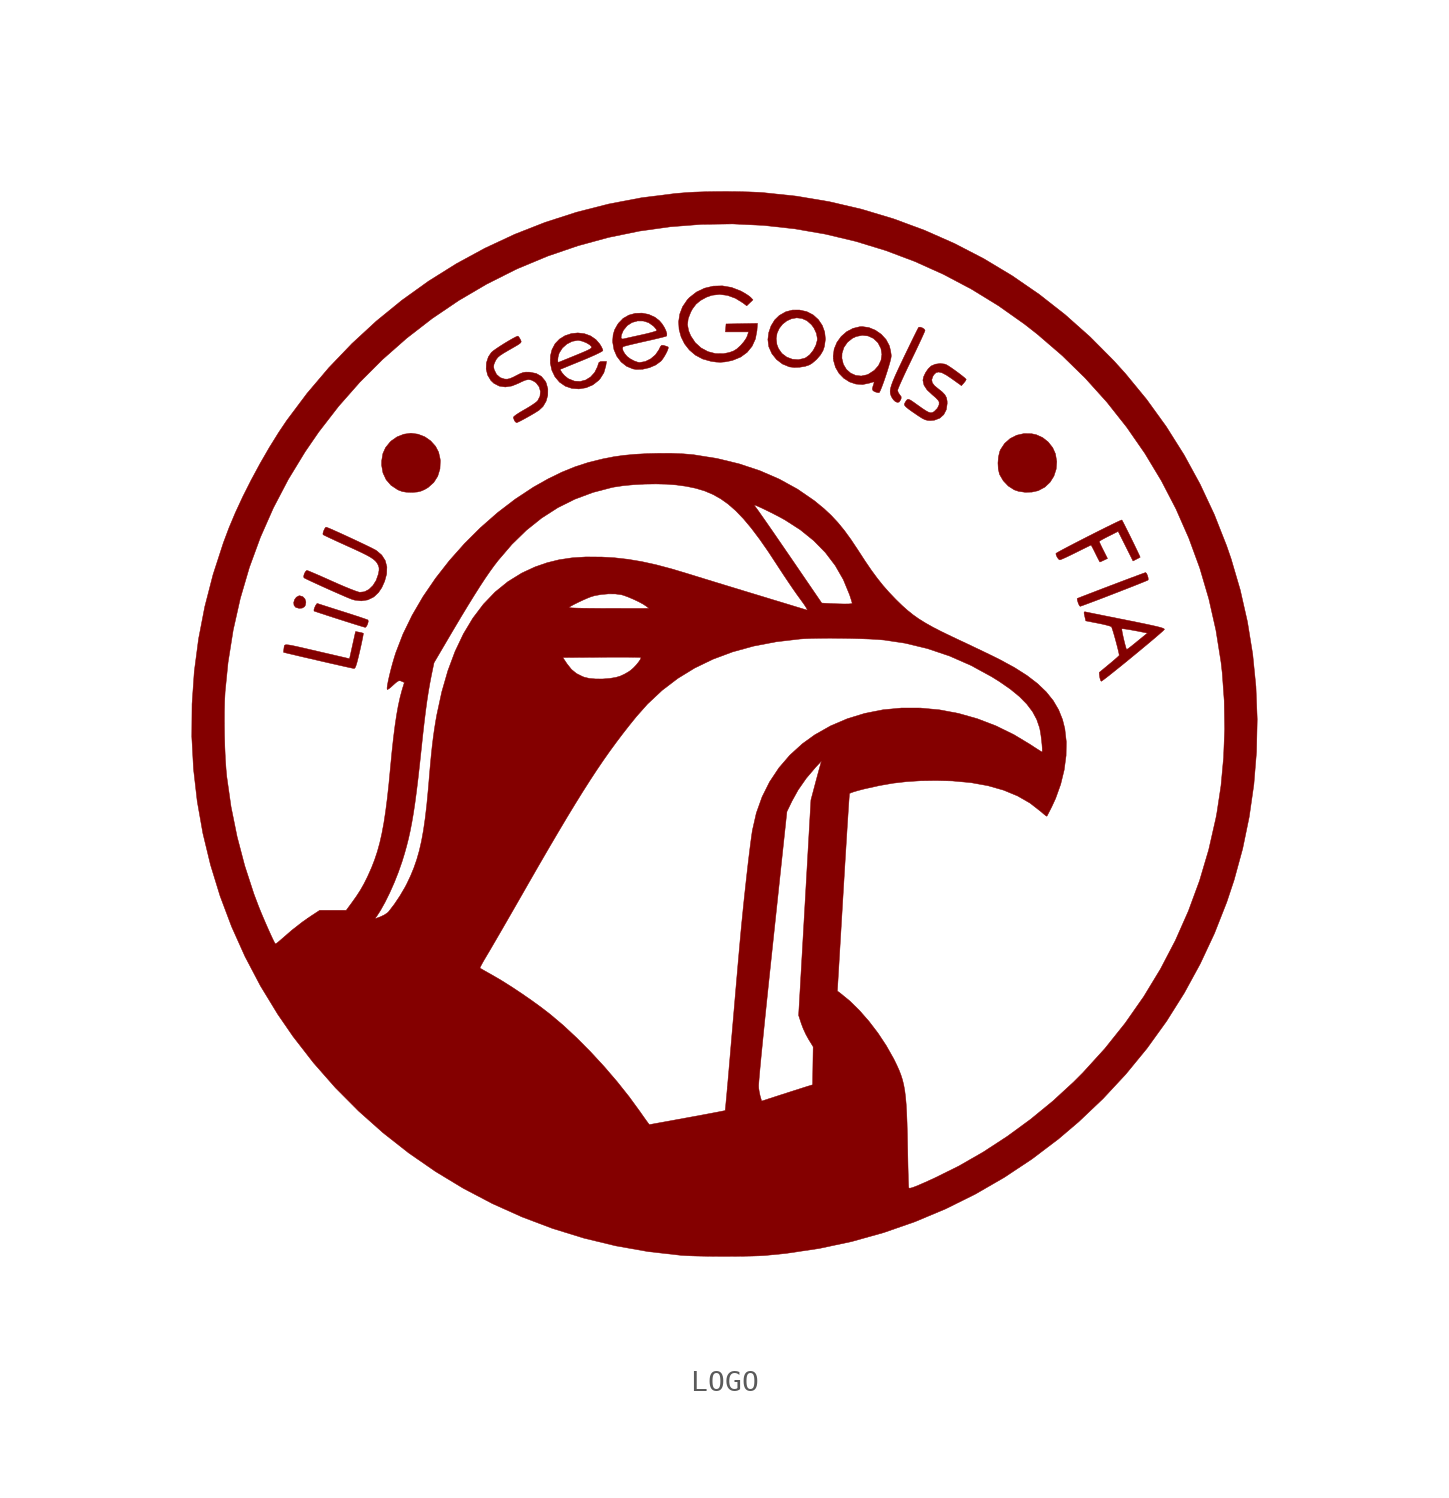
<source format=kicad_sym>
(kicad_symbol_lib
  (version 20220914)
  (generator "bitmap2component")
  (generator_version "8.0")
  (symbol "LOGO"
    (pin_names
      (offset 1.016))
    (property "Reference" "#G"
      (at 0 24.369 0)
      (effects (font (size 1.27 1.27)) hide))
    (symbol "LOGO_0_0"
      (polyline (pts (xy 0.444 -24.994) (xy 0.891 -24.99) (xy 1.298 -24.981) (xy 1.644 -24.969) (xy 1.911 -24.954) (xy 2.89 -24.857) (xy 4.447 -24.625) (xy 5.977 -24.299) (xy 7.478 -23.879) (xy 8.945 -23.368) (xy 10.377 -22.767) (xy 11.769 -22.076) (xy 13.119 -21.297) (xy 14.422 -20.433) (xy 15.676 -19.483) (xy 16.62 -18.68) (xy 17.761 -17.597) (xy 18.828 -16.449) (xy 19.82 -15.239) (xy 20.734 -13.971) (xy 21.567 -12.647) (xy 22.318 -11.271) (xy 22.984 -9.847) (xy 23.562 -8.378) (xy 23.906 -7.342) (xy 24.307 -5.872) (xy 24.615 -4.376) (xy 24.832 -2.861) (xy 24.956 -1.333) (xy 24.989 0.2) (xy 24.929 1.732) (xy 24.777 3.258) (xy 24.532 4.768) (xy 24.195 6.258) (xy 23.766 7.721) (xy 23.552 8.342) (xy 22.976 9.805) (xy 22.311 11.225) (xy 21.56 12.6) (xy 20.725 13.925) (xy 19.807 15.196) (xy 18.811 16.409) (xy 18.264 17.014) (xy 17.155 18.131) (xy 15.986 19.171) (xy 14.763 20.13) (xy 13.487 21.008) (xy 12.162 21.804) (xy 10.791 22.514) (xy 9.379 23.138) (xy 7.928 23.674) (xy 6.442 24.12) (xy 4.925 24.475) (xy 3.378 24.736) (xy 1.807 24.902) (xy 1.589 24.916) (xy 1.147 24.935) (xy 0.646 24.947) (xy 0.115 24.952) (xy -0.423 24.95) (xy -0.94 24.941) (xy -1.41 24.925) (xy -1.807 24.902) (xy -2.334 24.857) (xy -3.897 24.66) (xy -5.431 24.368) (xy -6.935 23.984) (xy -8.405 23.51) (xy -9.838 22.948) (xy -11.23 22.299) (xy -12.579 21.566) (xy -13.881 20.75) (xy -15.133 19.852) (xy -16.332 18.875) (xy -17.476 17.82) (xy -18.559 16.69) (xy -19.581 15.486) (xy -20.537 14.21) (xy -20.914 13.649) (xy -21.35 12.947) (xy -21.784 12.195) (xy -22.203 11.418) (xy -22.595 10.64) (xy -22.945 9.885) (xy -23.242 9.178) (xy -23.506 8.475) (xy -23.989 6.987) (xy -24.377 5.482) (xy -24.67 3.965) (xy -24.87 2.441) (xy -24.975 0.912) (xy -24.982 0.02) (xy -23.46 0.02) (xy -23.458 0.565) (xy -23.446 1.062) (xy -23.424 1.485) (xy -23.287 2.857) (xy -23.045 4.381) (xy -22.711 5.869) (xy -22.286 7.32) (xy -21.768 8.734) (xy -21.16 10.111) (xy -20.46 11.449) (xy -19.668 12.749) (xy -19.033 13.673) (xy -18.105 14.873) (xy -17.105 16.009) (xy -16.036 17.077) (xy -14.903 18.075) (xy -13.71 18.998) (xy -12.461 19.843) (xy -11.16 20.607) (xy -9.812 21.285) (xy -9.67 21.35) (xy -8.283 21.927) (xy -6.872 22.409) (xy -5.442 22.799) (xy -3.996 23.096) (xy -2.54 23.3) (xy -1.079 23.413) (xy 0.385 23.434) (xy 1.844 23.364) (xy 3.296 23.204) (xy 4.736 22.954) (xy 6.158 22.615) (xy 7.559 22.187) (xy 8.933 21.67) (xy 10.277 21.065) (xy 11.585 20.373) (xy 12.854 19.594) (xy 14.078 18.729) (xy 14.681 18.256) (xy 15.84 17.258) (xy 16.925 16.197) (xy 17.935 15.076) (xy 18.867 13.898) (xy 19.72 12.668) (xy 20.491 11.388) (xy 21.179 10.062) (xy 21.781 8.694) (xy 22.296 7.288) (xy 22.72 5.846) (xy 23.053 4.373) (xy 23.292 2.872) (xy 23.349 2.369) (xy 23.442 1.068) (xy 23.463 -0.262) (xy 23.412 -1.598) (xy 23.291 -2.914) (xy 23.099 -4.184) (xy 23.052 -4.435) (xy 22.714 -5.922) (xy 22.283 -7.377) (xy 21.761 -8.796) (xy 21.15 -10.177) (xy 20.451 -11.516) (xy 19.666 -12.809) (xy 18.797 -14.052) (xy 17.846 -15.243) (xy 16.814 -16.378) (xy 16.382 -16.811) (xy 15.402 -17.712) (xy 14.358 -18.567) (xy 13.264 -19.367) (xy 12.137 -20.102) (xy 10.992 -20.759) (xy 9.842 -21.328) (xy 9.757 -21.367) (xy 9.412 -21.523) (xy 9.145 -21.64) (xy 8.947 -21.722) (xy 8.806 -21.773) (xy 8.715 -21.796) (xy 8.664 -21.795) (xy 8.643 -21.773) (xy 8.638 -21.726) (xy 8.632 -21.589) (xy 8.624 -21.375) (xy 8.617 -21.095) (xy 8.608 -20.761) (xy 8.601 -20.385) (xy 8.593 -19.978) (xy 8.591 -19.909) (xy 8.579 -19.276) (xy 8.564 -18.73) (xy 8.546 -18.261) (xy 8.523 -17.859) (xy 8.493 -17.514) (xy 8.455 -17.213) (xy 8.407 -16.948) (xy 8.348 -16.708) (xy 8.275 -16.481) (xy 8.189 -16.259) (xy 8.086 -16.03) (xy 7.966 -15.783) (xy 7.929 -15.711) (xy 7.593 -15.116) (xy 7.207 -14.532) (xy 6.783 -13.976) (xy 6.337 -13.466) (xy 5.882 -13.018) (xy 5.431 -12.65) (xy 5.295 -12.55) (xy 5.569 -7.946) (xy 5.577 -7.811) (xy 5.617 -7.15) (xy 5.655 -6.517) (xy 5.692 -5.921) (xy 5.726 -5.368) (xy 5.757 -4.865) (xy 5.786 -4.419) (xy 5.81 -4.037) (xy 5.831 -3.726) (xy 5.847 -3.493) (xy 5.858 -3.345) (xy 5.863 -3.289) (xy 5.867 -3.284) (xy 5.937 -3.249) (xy 6.081 -3.2) (xy 6.281 -3.142) (xy 6.519 -3.08) (xy 6.601 -3.06) (xy 7.283 -2.91) (xy 7.92 -2.8) (xy 8.55 -2.727) (xy 9.206 -2.686) (xy 9.923 -2.674) (xy 10.682 -2.694) (xy 11.561 -2.775) (xy 12.364 -2.92) (xy 13.093 -3.128) (xy 13.748 -3.399) (xy 14.332 -3.734) (xy 14.843 -4.133) (xy 14.858 -4.146) (xy 14.986 -4.256) (xy 15.08 -4.33) (xy 15.122 -4.351) (xy 15.137 -4.327) (xy 15.188 -4.229) (xy 15.267 -4.076) (xy 15.362 -3.887) (xy 15.535 -3.51) (xy 15.771 -2.851) (xy 15.935 -2.177) (xy 16.024 -1.506) (xy 16.034 -0.855) (xy 15.964 -0.241) (xy 15.857 0.184) (xy 15.673 0.643) (xy 15.42 1.074) (xy 15.091 1.483) (xy 14.683 1.873) (xy 14.19 2.251) (xy 13.608 2.621) (xy 12.931 2.989) (xy 12.73 3.09) (xy 12.44 3.232) (xy 12.099 3.397) (xy 11.725 3.575) (xy 11.341 3.758) (xy 10.964 3.934) (xy 10.658 4.079) (xy 10.18 4.31) (xy 9.773 4.519) (xy 9.424 4.715) (xy 9.119 4.905) (xy 8.845 5.099) (xy 8.587 5.306) (xy 8.333 5.533) (xy 8.068 5.79) (xy 8.006 5.853) (xy 7.711 6.163) (xy 7.436 6.476) (xy 7.169 6.81) (xy 6.896 7.181) (xy 6.605 7.607) (xy 6.282 8.104) (xy 6.272 8.12) (xy 5.935 8.627) (xy 5.619 9.061) (xy 5.311 9.436) (xy 4.998 9.771) (xy 4.664 10.082) (xy 4.207 10.456) (xy 3.424 10.994) (xy 2.573 11.462) (xy 1.659 11.858) (xy 0.684 12.181) (xy -0.348 12.431) (xy -1.436 12.605) (xy -1.458 12.608) (xy -1.932 12.649) (xy -2.471 12.671) (xy -3.049 12.673) (xy -3.638 12.658) (xy -4.211 12.626) (xy -4.74 12.576) (xy -5.199 12.511) (xy -5.723 12.408) (xy -6.389 12.243) (xy -7.013 12.04) (xy -7.627 11.79) (xy -8.261 11.481) (xy -8.961 11.087) (xy -9.816 10.523) (xy -10.646 9.888) (xy -11.443 9.189) (xy -12.199 8.436) (xy -12.906 7.639) (xy -13.556 6.807) (xy -14.141 5.95) (xy -14.651 5.076) (xy -15.08 4.195) (xy -15.419 3.316) (xy -15.484 3.111) (xy -15.568 2.826) (xy -15.646 2.536) (xy -15.715 2.257) (xy -15.771 2.008) (xy -15.81 1.803) (xy -15.828 1.659) (xy -15.82 1.594) (xy -15.797 1.596) (xy -15.717 1.646) (xy -15.608 1.739) (xy -15.464 1.871) (xy -15.354 1.961) (xy -15.277 2.002) (xy -15.211 2.004) (xy -15.138 1.977) (xy -15.016 1.921) (xy -15.103 1.641) (xy -15.125 1.567) (xy -15.216 1.227) (xy -15.301 0.842) (xy -15.38 0.402) (xy -15.455 -0.101) (xy -15.528 -0.676) (xy -15.599 -1.333) (xy -15.671 -2.08) (xy -15.74 -2.811) (xy -15.816 -3.505) (xy -15.895 -4.12) (xy -15.978 -4.668) (xy -16.07 -5.159) (xy -16.171 -5.604) (xy -16.284 -6.012) (xy -16.412 -6.396) (xy -16.555 -6.764) (xy -16.718 -7.13) (xy -16.748 -7.195) (xy -16.913 -7.524) (xy -17.078 -7.815) (xy -17.265 -8.104) (xy -17.497 -8.43) (xy -17.743 -8.764) (xy -18.366 -8.764) (xy -18.988 -8.764) (xy -19.399 -9.033) (xy -19.586 -9.163) (xy -16.398 -9.163) (xy -16.301 -9.025) (xy -16.137 -8.771) (xy -15.921 -8.384) (xy -15.702 -7.941) (xy -15.49 -7.463) (xy -15.296 -6.972) (xy -15.128 -6.49) (xy -15.122 -6.472) (xy -15.012 -6.116) (xy -14.914 -5.765) (xy -14.823 -5.407) (xy -14.74 -5.033) (xy -14.663 -4.633) (xy -14.588 -4.195) (xy -14.516 -3.711) (xy -14.444 -3.169) (xy -14.37 -2.559) (xy -14.293 -1.871) (xy -14.21 -1.094) (xy -14.158 -0.601) (xy -14.087 0.024) (xy -14.02 0.573) (xy -13.954 1.06) (xy -13.887 1.497) (xy -13.817 1.899) (xy -13.744 2.277) (xy -13.626 2.847) (xy -12.957 3.986) (xy -12.754 4.331) (xy -12.376 4.967) (xy -12.038 5.525) (xy -11.736 6.014) (xy -11.467 6.439) (xy -11.225 6.808) (xy -11.006 7.126) (xy -10.806 7.402) (xy -10.619 7.645) (xy -9.973 8.4) (xy -9.293 9.063) (xy -8.576 9.636) (xy -7.819 10.122) (xy -7.019 10.521) (xy -6.172 10.837) (xy -5.277 11.071) (xy -5.172 11.091) (xy -4.745 11.155) (xy -4.257 11.201) (xy -3.736 11.229) (xy -3.213 11.237) (xy -2.714 11.225) (xy -2.27 11.191) (xy -1.788 11.125) (xy -1.342 11.032) (xy -0.929 10.907) (xy -0.542 10.744) (xy -0.174 10.538) (xy 0.183 10.283) (xy 0.222 10.249) (xy 1.403 10.249) (xy 1.44 10.239) (xy 1.557 10.192) (xy 1.732 10.113) (xy 1.945 10.011) (xy 2.18 9.895) (xy 2.417 9.774) (xy 2.64 9.657) (xy 2.829 9.552) (xy 2.833 9.55) (xy 3.551 9.089) (xy 4.184 8.578) (xy 4.734 8.017) (xy 5.197 7.407) (xy 5.575 6.749) (xy 5.866 6.044) (xy 5.88 6.003) (xy 5.936 5.83) (xy 5.976 5.699) (xy 5.991 5.636) (xy 5.95 5.618) (xy 5.815 5.607) (xy 5.591 5.606) (xy 5.282 5.614) (xy 4.894 5.631) (xy 4.563 5.649) (xy 3.067 7.838) (xy 2.936 8.028) (xy 2.655 8.438) (xy 2.391 8.822) (xy 2.149 9.173) (xy 1.935 9.481) (xy 1.754 9.74) (xy 1.613 9.941) (xy 1.516 10.076) (xy 1.47 10.138) (xy 1.465 10.143) (xy 1.408 10.218) (xy 1.403 10.249) (xy 0.222 10.249) (xy 0.536 9.972) (xy 0.893 9.6) (xy 1.26 9.161) (xy 1.646 8.649) (xy 2.057 8.059) (xy 2.5 7.384) (xy 2.566 7.282) (xy 2.781 6.955) (xy 3.002 6.625) (xy 3.214 6.314) (xy 3.403 6.044) (xy 3.554 5.837) (xy 3.594 5.782) (xy 3.735 5.586) (xy 3.833 5.436) (xy 3.882 5.343) (xy 3.876 5.317) (xy 3.871 5.319) (xy 3.79 5.344) (xy 3.625 5.394) (xy 3.386 5.466) (xy 3.083 5.559) (xy 2.725 5.668) (xy 2.32 5.79) (xy 1.879 5.925) (xy 1.411 6.067) (xy 0.953 6.206) (xy 0.456 6.358) (xy -0.027 6.505) (xy -0.482 6.644) (xy -0.896 6.771) (xy -1.256 6.882) (xy -1.547 6.972) (xy -1.758 7.037) (xy -2.469 7.25) (xy -3.199 7.444) (xy -3.876 7.593) (xy -4.519 7.701) (xy -5.144 7.772) (xy -5.768 7.809) (xy -5.788 7.809) (xy -6.508 7.812) (xy -7.158 7.77) (xy -7.758 7.68) (xy -8.327 7.539) (xy -8.886 7.345) (xy -9.504 7.059) (xy -10.158 6.655) (xy -10.759 6.168) (xy -11.308 5.596) (xy -11.425 5.441) (xy -7.301 5.441) (xy -7.292 5.449) (xy -7.197 5.51) (xy -7.038 5.595) (xy -6.84 5.693) (xy -6.628 5.792) (xy -6.425 5.881) (xy -6.255 5.947) (xy -6.087 5.996) (xy -5.775 6.051) (xy -5.438 6.08) (xy -5.116 6.077) (xy -4.846 6.042) (xy -4.734 6.011) (xy -4.513 5.93) (xy -4.266 5.825) (xy -4.021 5.709) (xy -3.811 5.595) (xy -3.664 5.498) (xy -3.54 5.399) (xy -5.444 5.398) (xy -5.855 5.399) (xy -6.276 5.401) (xy -6.635 5.406) (xy -6.925 5.413) (xy -7.137 5.421) (xy -7.264 5.431) (xy -7.301 5.441) (xy -11.425 5.441) (xy -11.804 4.941) (xy -12.247 4.202) (xy -12.638 3.379) (xy -12.744 3.095) (xy -7.584 3.095) (xy -5.765 3.107) (xy -5.751 3.108) (xy -5.337 3.11) (xy -4.956 3.111) (xy -4.618 3.11) (xy -4.334 3.108) (xy -4.116 3.105) (xy -3.975 3.101) (xy -3.921 3.096) (xy -3.917 3.077) (xy -3.951 2.995) (xy -4.034 2.875) (xy -4.146 2.738) (xy -4.273 2.605) (xy -4.398 2.496) (xy -4.491 2.431) (xy -4.693 2.314) (xy -4.894 2.221) (xy -5.096 2.162) (xy -5.39 2.113) (xy -5.717 2.088) (xy -6.043 2.089) (xy -6.338 2.115) (xy -6.569 2.169) (xy -6.651 2.199) (xy -6.942 2.344) (xy -7.176 2.535) (xy -7.384 2.797) (xy -7.584 3.095) (xy -12.744 3.095) (xy -12.976 2.472) (xy -13.261 1.482) (xy -13.494 0.407) (xy -13.548 0.101) (xy -13.608 -0.273) (xy -13.662 -0.661) (xy -13.713 -1.081) (xy -13.762 -1.55) (xy -13.811 -2.083) (xy -13.863 -2.699) (xy -13.897 -3.099) (xy -13.965 -3.813) (xy -14.039 -4.446) (xy -14.12 -5.007) (xy -14.211 -5.51) (xy -14.315 -5.964) (xy -14.434 -6.381) (xy -14.57 -6.773) (xy -14.726 -7.151) (xy -14.904 -7.526) (xy -14.98 -7.671) (xy -15.22 -8.08) (xy -15.487 -8.479) (xy -15.754 -8.827) (xy -15.813 -8.883) (xy -15.962 -8.982) (xy -16.133 -9.063) (xy -16.398 -9.163) (xy -19.586 -9.163) (xy -19.8 -9.312) (xy -20.293 -9.697) (xy -20.781 -10.12) (xy -20.799 -10.136) (xy -20.928 -10.246) (xy -21.024 -10.319) (xy -21.068 -10.339) (xy -21.074 -10.332) (xy -21.12 -10.249) (xy -21.196 -10.095) (xy -21.293 -9.885) (xy -21.405 -9.637) (xy -21.524 -9.366) (xy -21.643 -9.089) (xy -21.755 -8.822) (xy -21.852 -8.581) (xy -22.073 -7.997) (xy -22.503 -6.676) (xy -22.862 -5.307) (xy -23.145 -3.909) (xy -23.346 -2.5) (xy -23.38 -2.136) (xy -23.413 -1.65) (xy -23.437 -1.112) (xy -23.453 -0.547) (xy -23.46 0.02) (xy -24.982 0.02) (xy -24.987 -0.615) (xy -24.906 -2.137) (xy -24.732 -3.651) (xy -24.467 -5.151) (xy -24.109 -6.633) (xy -23.66 -8.093) (xy -23.121 -9.527) (xy -22.491 -10.931) (xy -22.21 -11.465) (xy -11.469 -11.465) (xy -11.438 -11.393) (xy -11.366 -11.258) (xy -11.263 -11.076) (xy -11.136 -10.862) (xy -11.097 -10.796) (xy -10.982 -10.602) (xy -10.828 -10.338) (xy -10.639 -10.013) (xy -10.422 -9.639) (xy -10.183 -9.224) (xy -9.928 -8.781) (xy -9.663 -8.319) (xy -9.393 -7.848) (xy -9.234 -7.569) (xy -8.715 -6.666) (xy -8.236 -5.841) (xy -7.794 -5.089) (xy -7.385 -4.402) (xy -7.003 -3.774) (xy -6.646 -3.198) (xy -6.308 -2.668) (xy -5.986 -2.176) (xy -5.674 -1.717) (xy -5.369 -1.284) (xy -5.066 -0.87) (xy -4.762 -0.468) (xy -4.452 -0.072) (xy -4.131 0.325) (xy -3.608 0.914) (xy -2.929 1.551) (xy -2.192 2.113) (xy -1.396 2.601) (xy -0.537 3.016) (xy 0.385 3.359) (xy 1.373 3.631) (xy 2.429 3.832) (xy 3.555 3.964) (xy 3.742 3.977) (xy 4.091 3.991) (xy 4.504 3.999) (xy 4.962 4.001) (xy 5.444 3.998) (xy 5.929 3.99) (xy 6.398 3.977) (xy 6.83 3.96) (xy 7.205 3.939) (xy 7.501 3.913) (xy 8.47 3.767) (xy 9.521 3.514) (xy 10.554 3.166) (xy 11.56 2.725) (xy 12.535 2.193) (xy 12.899 1.966) (xy 13.413 1.609) (xy 13.839 1.259) (xy 14.182 0.91) (xy 14.45 0.556) (xy 14.646 0.191) (xy 14.778 -0.191) (xy 14.785 -0.218) (xy 14.817 -0.381) (xy 14.848 -0.58) (xy 14.874 -0.793) (xy 14.895 -0.997) (xy 14.907 -1.171) (xy 14.908 -1.292) (xy 14.896 -1.337) (xy 14.893 -1.336) (xy 14.83 -1.299) (xy 14.704 -1.22) (xy 14.531 -1.109) (xy 14.327 -0.975) (xy 13.576 -0.523) (xy 12.729 -0.108) (xy 11.86 0.224) (xy 10.976 0.474) (xy 10.085 0.641) (xy 9.192 0.725) (xy 8.306 0.726) (xy 7.435 0.643) (xy 6.585 0.476) (xy 5.763 0.224) (xy 4.976 -0.112) (xy 4.233 -0.533) (xy 3.656 -0.949) (xy 3.066 -1.485) (xy 2.553 -2.082) (xy 2.117 -2.737) (xy 1.764 -3.444) (xy 1.494 -4.2) (xy 1.312 -5.001) (xy 1.303 -5.052) (xy 1.265 -5.312) (xy 1.219 -5.656) (xy 1.167 -6.07) (xy 1.11 -6.542) (xy 1.051 -7.06) (xy 0.99 -7.611) (xy 0.928 -8.183) (xy 0.868 -8.764) (xy 0.867 -8.783) (xy 0.845 -8.998) (xy 0.824 -9.211) (xy 0.802 -9.43) (xy 0.78 -9.661) (xy 0.757 -9.91) (xy 0.732 -10.185) (xy 0.705 -10.492) (xy 0.674 -10.837) (xy 0.639 -11.228) (xy 0.601 -11.671) (xy 0.557 -12.172) (xy 0.508 -12.739) (xy 0.454 -13.377) (xy 0.392 -14.095) (xy 0.323 -14.898) (xy 0.247 -15.792) (xy 0.246 -15.798) (xy 0.206 -16.269) (xy 0.168 -16.709) (xy 0.137 -17.053) (xy 1.6 -17.053) (xy 1.603 -16.951) (xy 1.617 -16.754) (xy 1.641 -16.467) (xy 1.675 -16.094) (xy 1.718 -15.639) (xy 1.771 -15.105) (xy 1.832 -14.497) (xy 1.901 -13.818) (xy 1.978 -13.072) (xy 2.062 -12.263) (xy 2.154 -11.395) (xy 2.252 -10.472) (xy 2.928 -4.134) (xy 3.169 -3.636) (xy 3.456 -3.117) (xy 3.835 -2.573) (xy 4.274 -2.055) (xy 4.552 -1.758) (xy 4.474 -2.029) (xy 4.472 -2.035) (xy 4.428 -2.193) (xy 4.367 -2.417) (xy 4.297 -2.677) (xy 4.226 -2.945) (xy 4.055 -3.59) (xy 3.767 -8.64) (xy 3.478 -13.69) (xy 3.603 -14.075) (xy 3.694 -14.315) (xy 3.817 -14.581) (xy 3.944 -14.812) (xy 4.161 -15.164) (xy 4.148 -16.056) (xy 4.134 -16.947) (xy 3.936 -17.007) (xy 3.92 -17.012) (xy 3.794 -17.052) (xy 3.596 -17.115) (xy 3.343 -17.196) (xy 3.052 -17.289) (xy 2.741 -17.389) (xy 1.744 -17.711) (xy 1.685 -17.512) (xy 1.669 -17.453) (xy 1.628 -17.258) (xy 1.6 -17.061) (xy 1.6 -17.053) (xy 0.137 -17.053) (xy 0.132 -17.109) (xy 0.101 -17.457) (xy 0.074 -17.746) (xy 0.054 -17.965) (xy 0.039 -18.105) (xy 0.032 -18.155) (xy -0.016 -18.167) (xy -0.151 -18.194) (xy -0.362 -18.235) (xy -0.637 -18.287) (xy -0.966 -18.349) (xy -1.339 -18.418) (xy -1.743 -18.492) (xy -2.139 -18.564) (xy -2.512 -18.633) (xy -2.843 -18.693) (xy -3.121 -18.743) (xy -3.334 -18.782) (xy -3.471 -18.806) (xy -3.523 -18.815) (xy -3.533 -18.806) (xy -3.589 -18.733) (xy -3.686 -18.6) (xy -3.814 -18.42) (xy -3.962 -18.208) (xy -3.966 -18.203) (xy -4.474 -17.506) (xy -5.04 -16.795) (xy -5.647 -16.088) (xy -6.28 -15.402) (xy -6.922 -14.755) (xy -7.557 -14.163) (xy -8.169 -13.646) (xy -8.543 -13.357) (xy -9.014 -13.013) (xy -9.511 -12.668) (xy -10.009 -12.338) (xy -10.484 -12.04) (xy -10.91 -11.792) (xy -10.924 -11.784) (xy -11.13 -11.669) (xy -11.3 -11.572) (xy -11.419 -11.503) (xy -11.469 -11.472) (xy -11.469 -11.465) (xy -22.21 -11.465) (xy -21.771 -12.301) (xy -20.961 -13.631) (xy -20.233 -14.688) (xy -19.277 -15.92) (xy -18.254 -17.084) (xy -17.166 -18.178) (xy -16.017 -19.2) (xy -14.812 -20.147) (xy -13.553 -21.018) (xy -12.245 -21.809) (xy -10.892 -22.52) (xy -9.497 -23.147) (xy -8.064 -23.688) (xy -6.597 -24.141) (xy -5.1 -24.503) (xy -3.576 -24.773) (xy -2.03 -24.948) (xy -1.997 -24.95) (xy -1.716 -24.966) (xy -1.359 -24.979) (xy -0.945 -24.988) (xy -0.494 -24.994) (xy -0.024 -24.996) (xy 0.444 -24.994)) (stroke (width 0.01) (type default)) (fill (type outline)))
      (polyline (pts (xy 17.716 2.005) (xy 17.826 2.086) (xy 17.993 2.214) (xy 18.205 2.382) (xy 18.453 2.581) (xy 18.727 2.802) (xy 19.016 3.038) (xy 19.309 3.279) (xy 19.597 3.517) (xy 19.87 3.744) (xy 20.116 3.951) (xy 20.326 4.13) (xy 20.49 4.273) (xy 20.597 4.371) (xy 20.637 4.415) (xy 20.636 4.422) (xy 20.613 4.446) (xy 20.549 4.475) (xy 20.436 4.51) (xy 20.266 4.553) (xy 20.03 4.606) (xy 19.722 4.672) (xy 19.333 4.752) (xy 18.854 4.848) (xy 18.845 4.85) (xy 18.433 4.932) (xy 18.049 5.009) (xy 17.705 5.078) (xy 17.411 5.137) (xy 17.18 5.184) (xy 17.023 5.216) (xy 16.952 5.231) (xy 16.911 5.239) (xy 16.872 5.229) (xy 16.869 5.169) (xy 16.897 5.034) (xy 16.948 4.813) (xy 17.522 4.702) (xy 17.741 4.657) (xy 17.94 4.609) (xy 18.084 4.567) (xy 18.152 4.536) (xy 18.161 4.521) (xy 18.189 4.443) (xy 18.637 4.443) (xy 18.637 4.444) (xy 18.695 4.444) (xy 18.83 4.427) (xy 19.022 4.397) (xy 19.251 4.355) (xy 19.841 4.241) (xy 19.414 3.894) (xy 19.212 3.729) (xy 19.057 3.605) (xy 18.956 3.527) (xy 18.897 3.488) (xy 18.866 3.479) (xy 18.852 3.493) (xy 18.842 3.522) (xy 18.825 3.575) (xy 18.783 3.726) (xy 18.738 3.909) (xy 18.695 4.097) (xy 18.66 4.266) (xy 18.639 4.39) (xy 18.637 4.443) (xy 18.189 4.443) (xy 18.195 4.426) (xy 18.245 4.267) (xy 18.303 4.066) (xy 18.364 3.844) (xy 18.422 3.624) (xy 18.471 3.428) (xy 18.505 3.278) (xy 18.518 3.196) (xy 18.518 3.196) (xy 18.481 3.156) (xy 18.382 3.066) (xy 18.237 2.941) (xy 18.06 2.792) (xy 18.058 2.791) (xy 17.88 2.643) (xy 17.731 2.519) (xy 17.627 2.433) (xy 17.584 2.398) (xy 17.581 2.389) (xy 17.584 2.31) (xy 17.601 2.182) (xy 17.61 2.134) (xy 17.642 2.024) (xy 17.673 1.98) (xy 17.716 2.005)) (stroke (width 0.01) (type default)) (fill (type outline)))
      (polyline (pts (xy -17.361 2.582) (xy -17.326 2.617) (xy -17.287 2.704) (xy -17.24 2.856) (xy -17.182 3.082) (xy -17.108 3.393) (xy -17.06 3.606) (xy -17.007 3.85) (xy -16.967 4.047) (xy -16.944 4.179) (xy -16.939 4.231) (xy -16.943 4.233) (xy -17.012 4.255) (xy -17.131 4.282) (xy -17.305 4.314) (xy -17.447 3.676) (xy -17.588 3.039) (xy -18.932 3.35) (xy -19.031 3.373) (xy -19.463 3.473) (xy -19.81 3.554) (xy -20.082 3.615) (xy -20.287 3.658) (xy -20.435 3.684) (xy -20.536 3.693) (xy -20.599 3.688) (xy -20.634 3.668) (xy -20.649 3.636) (xy -20.656 3.591) (xy -20.663 3.535) (xy -20.668 3.499) (xy -20.682 3.388) (xy -20.682 3.338) (xy -20.657 3.331) (xy -20.547 3.304) (xy -20.359 3.259) (xy -20.106 3.2) (xy -19.798 3.127) (xy -19.446 3.046) (xy -19.062 2.957) (xy -18.798 2.896) (xy -18.429 2.811) (xy -18.097 2.736) (xy -17.813 2.672) (xy -17.59 2.623) (xy -17.44 2.591) (xy -17.375 2.579) (xy -17.361 2.582)) (stroke (width 0.01) (type default)) (fill (type outline)))
      (polyline (pts (xy -16.835 4.514) (xy -16.781 4.576) (xy -16.734 4.682) (xy -16.709 4.788) (xy -16.722 4.854) (xy -16.751 4.867) (xy -16.864 4.908) (xy -17.048 4.971) (xy -17.291 5.051) (xy -17.579 5.145) (xy -17.899 5.247) (xy -18.118 5.316) (xy -18.419 5.412) (xy -18.682 5.496) (xy -18.891 5.563) (xy -19.033 5.609) (xy -19.095 5.629) (xy -19.124 5.616) (xy -19.176 5.541) (xy -19.226 5.434) (xy -19.257 5.334) (xy -19.253 5.276) (xy -19.223 5.264) (xy -19.11 5.225) (xy -18.925 5.164) (xy -18.682 5.084) (xy -18.393 4.99) (xy -18.072 4.887) (xy -17.829 4.809) (xy -17.526 4.713) (xy -17.264 4.631) (xy -17.055 4.567) (xy -16.913 4.525) (xy -16.852 4.509) (xy -16.835 4.514)) (stroke (width 0.01) (type default)) (fill (type outline)))
      (polyline (pts (xy -19.81 5.413) (xy -19.704 5.474) (xy -19.659 5.548) (xy -19.635 5.698) (xy -19.679 5.842) (xy -19.779 5.949) (xy -19.922 5.991) (xy -19.964 5.987) (xy -20.082 5.924) (xy -20.166 5.81) (xy -20.206 5.674) (xy -20.192 5.544) (xy -20.114 5.45) (xy -20.105 5.445) (xy -19.959 5.403) (xy -19.81 5.413)) (stroke (width 0.01) (type default)) (fill (type outline)))
      (polyline (pts (xy 16.744 5.514) (xy 16.882 5.564) (xy 17.085 5.639) (xy 17.341 5.735) (xy 17.636 5.847) (xy 17.956 5.97) (xy 18.289 6.099) (xy 18.621 6.228) (xy 18.94 6.352) (xy 19.232 6.467) (xy 19.483 6.567) (xy 19.682 6.647) (xy 19.815 6.702) (xy 19.868 6.728) (xy 19.876 6.743) (xy 19.874 6.827) (xy 19.843 6.94) (xy 19.799 7.038) (xy 19.753 7.08) (xy 19.751 7.08) (xy 19.685 7.057) (xy 19.541 7.005) (xy 19.334 6.928) (xy 19.075 6.832) (xy 18.778 6.72) (xy 18.456 6.598) (xy 18.122 6.472) (xy 17.789 6.345) (xy 17.471 6.223) (xy 17.179 6.111) (xy 16.928 6.014) (xy 16.729 5.937) (xy 16.597 5.885) (xy 16.545 5.862) (xy 16.543 5.857) (xy 16.552 5.789) (xy 16.586 5.673) (xy 16.596 5.642) (xy 16.644 5.538) (xy 16.683 5.496) (xy 16.684 5.496) (xy 16.744 5.514)) (stroke (width 0.01) (type default)) (fill (type outline)))
      (polyline (pts (xy -16.736 5.797) (xy -16.476 5.922) (xy -16.418 5.964) (xy -16.228 6.146) (xy -16.074 6.375) (xy -15.94 6.676) (xy -15.849 7.01) (xy -15.836 7.344) (xy -15.914 7.643) (xy -16.079 7.901) (xy -16.331 8.115) (xy -16.377 8.141) (xy -16.511 8.211) (xy -16.706 8.308) (xy -16.945 8.423) (xy -17.214 8.551) (xy -17.499 8.684) (xy -17.783 8.816) (xy -18.053 8.939) (xy -18.294 9.047) (xy -18.489 9.133) (xy -18.626 9.189) (xy -18.688 9.209) (xy -18.705 9.202) (xy -18.755 9.134) (xy -18.804 9.027) (xy -18.835 8.922) (xy -18.831 8.86) (xy -18.808 8.845) (xy -18.703 8.793) (xy -18.53 8.71) (xy -18.3 8.603) (xy -18.028 8.478) (xy -17.726 8.341) (xy -17.364 8.177) (xy -17.045 8.028) (xy -16.797 7.905) (xy -16.61 7.801) (xy -16.473 7.709) (xy -16.375 7.625) (xy -16.305 7.54) (xy -16.253 7.449) (xy -16.237 7.414) (xy -16.203 7.303) (xy -16.203 7.183) (xy -16.235 7.011) (xy -16.238 6.997) (xy -16.339 6.711) (xy -16.49 6.471) (xy -16.677 6.289) (xy -16.887 6.179) (xy -17.107 6.155) (xy -17.164 6.168) (xy -17.315 6.218) (xy -17.531 6.3) (xy -17.797 6.408) (xy -18.096 6.536) (xy -18.415 6.677) (xy -18.645 6.781) (xy -18.935 6.909) (xy -19.187 7.019) (xy -19.388 7.104) (xy -19.525 7.16) (xy -19.585 7.179) (xy -19.599 7.177) (xy -19.659 7.118) (xy -19.712 7.014) (xy -19.74 6.906) (xy -19.726 6.836) (xy -19.684 6.812) (xy -19.563 6.752) (xy -19.379 6.665) (xy -19.148 6.559) (xy -18.886 6.439) (xy -18.607 6.313) (xy -18.326 6.188) (xy -18.06 6.071) (xy -17.824 5.968) (xy -17.633 5.887) (xy -17.503 5.835) (xy -17.353 5.788) (xy -17.036 5.752) (xy -16.736 5.797)) (stroke (width 0.01) (type default)) (fill (type outline)))
      (polyline (pts (xy 17.616 7.577) (xy 17.682 7.605) (xy 17.795 7.657) (xy 17.967 7.739) (xy 17.772 8.127) (xy 17.733 8.203) (xy 17.653 8.367) (xy 17.598 8.487) (xy 17.577 8.539) (xy 17.596 8.556) (xy 17.687 8.611) (xy 17.835 8.692) (xy 18.022 8.788) (xy 18.467 9.012) (xy 18.815 8.318) (xy 19.163 7.623) (xy 19.323 7.705) (xy 19.345 7.716) (xy 19.449 7.77) (xy 19.499 7.799) (xy 19.491 7.821) (xy 19.449 7.915) (xy 19.375 8.072) (xy 19.279 8.272) (xy 19.168 8.501) (xy 19.05 8.742) (xy 18.933 8.978) (xy 18.826 9.192) (xy 18.736 9.37) (xy 18.672 9.493) (xy 18.641 9.546) (xy 18.632 9.545) (xy 18.551 9.513) (xy 18.4 9.443) (xy 18.191 9.342) (xy 17.936 9.217) (xy 17.647 9.073) (xy 17.337 8.917) (xy 17.017 8.755) (xy 16.701 8.593) (xy 16.399 8.438) (xy 16.125 8.295) (xy 15.89 8.171) (xy 15.708 8.072) (xy 15.589 8.004) (xy 15.547 7.974) (xy 15.554 7.923) (xy 15.599 7.812) (xy 15.666 7.715) (xy 15.729 7.674) (xy 15.755 7.681) (xy 15.863 7.724) (xy 16.032 7.8) (xy 16.245 7.902) (xy 16.488 8.021) (xy 16.63 8.092) (xy 16.85 8.201) (xy 17.028 8.289) (xy 17.148 8.347) (xy 17.195 8.368) (xy 17.203 8.358) (xy 17.246 8.283) (xy 17.317 8.147) (xy 17.404 7.971) (xy 17.445 7.887) (xy 17.526 7.727) (xy 17.584 7.617) (xy 17.61 7.575) (xy 17.616 7.577)) (stroke (width 0.01) (type default)) (fill (type outline)))
      (polyline (pts (xy -14.609 10.844) (xy -14.405 10.859) (xy -14.24 10.899) (xy -14.071 10.971) (xy -13.899 11.072) (xy -13.635 11.308) (xy -13.45 11.601) (xy -13.346 11.942) (xy -13.33 12.323) (xy -13.338 12.406) (xy -13.409 12.727) (xy -13.552 13.001) (xy -13.78 13.256) (xy -13.784 13.259) (xy -14.056 13.448) (xy -14.376 13.571) (xy -14.705 13.616) (xy -14.71 13.616) (xy -15.04 13.57) (xy -15.359 13.445) (xy -15.63 13.256) (xy -15.69 13.198) (xy -15.898 12.942) (xy -16.024 12.659) (xy -16.08 12.323) (xy -16.083 12.114) (xy -16.019 11.753) (xy -15.871 11.437) (xy -15.643 11.174) (xy -15.339 10.971) (xy -15.272 10.939) (xy -15.109 10.88) (xy -14.935 10.851) (xy -14.705 10.843) (xy -14.609 10.844)) (stroke (width 0.01) (type default)) (fill (type outline)))
      (polyline (pts (xy 14.416 10.854) (xy 14.704 10.917) (xy 14.725 10.925) (xy 15.029 11.087) (xy 15.274 11.319) (xy 15.453 11.605) (xy 15.559 11.932) (xy 15.586 12.284) (xy 15.525 12.648) (xy 15.398 12.933) (xy 15.19 13.199) (xy 14.926 13.41) (xy 14.629 13.544) (xy 14.412 13.591) (xy 14.05 13.599) (xy 13.708 13.522) (xy 13.4 13.366) (xy 13.141 13.138) (xy 12.947 12.844) (xy 12.914 12.764) (xy 12.853 12.509) (xy 12.829 12.22) (xy 12.844 11.936) (xy 12.899 11.699) (xy 12.911 11.671) (xy 13.077 11.386) (xy 13.312 11.139) (xy 13.591 10.96) (xy 13.789 10.892) (xy 14.097 10.846) (xy 14.416 10.854)) (stroke (width 0.01) (type default)) (fill (type outline)))
      (polyline (pts (xy -9.7 14.129) (xy -9.579 14.187) (xy -9.412 14.275) (xy -9.221 14.381) (xy -9.025 14.493) (xy -8.845 14.601) (xy -8.703 14.691) (xy -8.512 14.87) (xy -8.367 15.118) (xy -8.289 15.401) (xy -8.286 15.694) (xy -8.363 15.973) (xy -8.409 16.063) (xy -8.588 16.28) (xy -8.828 16.418) (xy -9.129 16.478) (xy -9.163 16.48) (xy -9.321 16.482) (xy -9.45 16.461) (xy -9.59 16.409) (xy -9.777 16.314) (xy -9.907 16.247) (xy -10.066 16.179) (xy -10.192 16.152) (xy -10.314 16.157) (xy -10.517 16.223) (xy -10.69 16.372) (xy -10.801 16.592) (xy -10.804 16.601) (xy -10.829 16.729) (xy -10.814 16.844) (xy -10.751 16.994) (xy -10.696 17.093) (xy -10.624 17.18) (xy -10.52 17.267) (xy -10.364 17.369) (xy -10.138 17.502) (xy -10.114 17.515) (xy -9.875 17.652) (xy -9.708 17.75) (xy -9.603 17.82) (xy -9.55 17.872) (xy -9.536 17.917) (xy -9.551 17.965) (xy -9.583 18.027) (xy -9.588 18.037) (xy -9.647 18.132) (xy -9.689 18.171) (xy -9.699 18.17) (xy -9.789 18.134) (xy -9.937 18.056) (xy -10.123 17.949) (xy -10.328 17.826) (xy -10.531 17.697) (xy -10.714 17.575) (xy -10.856 17.473) (xy -10.937 17.402) (xy -11.074 17.199) (xy -11.166 16.919) (xy -11.178 16.626) (xy -11.11 16.343) (xy -10.959 16.091) (xy -10.813 15.953) (xy -10.566 15.826) (xy -10.283 15.785) (xy -9.972 15.832) (xy -9.64 15.968) (xy -9.544 16.017) (xy -9.349 16.102) (xy -9.198 16.133) (xy -9.065 16.112) (xy -8.924 16.042) (xy -8.829 15.972) (xy -8.691 15.789) (xy -8.632 15.573) (xy -8.655 15.347) (xy -8.765 15.135) (xy -8.837 15.07) (xy -8.98 14.967) (xy -9.169 14.846) (xy -9.382 14.722) (xy -9.584 14.604) (xy -9.749 14.499) (xy -9.86 14.416) (xy -9.902 14.368) (xy -9.893 14.314) (xy -9.851 14.207) (xy -9.811 14.15) (xy -9.751 14.111) (xy -9.7 14.129)) (stroke (width 0.01) (type default)) (fill (type outline)))
      (polyline (pts (xy 9.852 14.228) (xy 10.1 14.322) (xy 10.287 14.49) (xy 10.406 14.722) (xy 10.447 15.011) (xy 10.444 15.12) (xy 10.413 15.282) (xy 10.338 15.421) (xy 10.206 15.559) (xy 10.001 15.721) (xy 9.857 15.839) (xy 9.748 15.981) (xy 9.722 16.122) (xy 9.773 16.278) (xy 9.823 16.361) (xy 9.922 16.457) (xy 10.045 16.487) (xy 10.204 16.45) (xy 10.408 16.343) (xy 10.67 16.167) (xy 11.116 15.846) (xy 11.227 15.972) (xy 11.235 15.981) (xy 11.308 16.077) (xy 11.338 16.14) (xy 11.335 16.148) (xy 11.277 16.205) (xy 11.162 16.299) (xy 11.01 16.417) (xy 10.84 16.542) (xy 10.671 16.662) (xy 10.522 16.762) (xy 10.413 16.827) (xy 10.324 16.861) (xy 10.113 16.884) (xy 9.89 16.854) (xy 9.7 16.772) (xy 9.692 16.767) (xy 9.556 16.637) (xy 9.433 16.458) (xy 9.343 16.268) (xy 9.308 16.104) (xy 9.309 16.097) (xy 9.358 15.871) (xy 9.504 15.647) (xy 9.746 15.422) (xy 9.764 15.407) (xy 9.909 15.282) (xy 10.018 15.167) (xy 10.069 15.087) (xy 10.066 14.948) (xy 9.987 14.785) (xy 9.842 14.639) (xy 9.822 14.624) (xy 9.748 14.585) (xy 9.67 14.575) (xy 9.574 14.602) (xy 9.444 14.672) (xy 9.265 14.79) (xy 9.022 14.963) (xy 8.867 15.074) (xy 8.728 15.167) (xy 8.637 15.206) (xy 8.574 15.195) (xy 8.52 15.136) (xy 8.458 15.03) (xy 8.451 15.016) (xy 8.438 14.966) (xy 8.457 14.912) (xy 8.518 14.845) (xy 8.63 14.753) (xy 8.805 14.627) (xy 9.053 14.457) (xy 9.104 14.423) (xy 9.278 14.312) (xy 9.41 14.248) (xy 9.529 14.217) (xy 9.662 14.21) (xy 9.852 14.228)) (stroke (width 0.01) (type default)) (fill (type outline)))
      (polyline (pts (xy 8.193 15.078) (xy 8.263 15.182) (xy 8.286 15.24) (xy 8.289 15.329) (xy 8.221 15.421) (xy 8.153 15.52) (xy 8.12 15.626) (xy 8.122 15.637) (xy 8.155 15.729) (xy 8.225 15.895) (xy 8.326 16.121) (xy 8.453 16.397) (xy 8.601 16.711) (xy 8.764 17.049) (xy 8.816 17.158) (xy 8.975 17.487) (xy 9.116 17.786) (xy 9.236 18.042) (xy 9.327 18.244) (xy 9.387 18.38) (xy 9.408 18.439) (xy 9.368 18.501) (xy 9.277 18.56) (xy 9.176 18.593) (xy 9.107 18.582) (xy 9.101 18.572) (xy 9.056 18.489) (xy 8.977 18.332) (xy 8.868 18.113) (xy 8.736 17.842) (xy 8.585 17.531) (xy 8.421 17.192) (xy 8.357 17.057) (xy 8.17 16.663) (xy 8.023 16.343) (xy 7.913 16.087) (xy 7.837 15.885) (xy 7.791 15.725) (xy 7.772 15.597) (xy 7.778 15.491) (xy 7.804 15.395) (xy 7.848 15.299) (xy 7.925 15.184) (xy 8.009 15.105) (xy 8.105 15.062) (xy 8.193 15.078)) (stroke (width 0.01) (type default)) (fill (type outline)))
      (polyline (pts (xy 7.272 15.541) (xy 7.322 15.643) (xy 7.389 15.81) (xy 7.468 16.023) (xy 7.551 16.264) (xy 7.632 16.514) (xy 7.706 16.754) (xy 7.767 16.966) (xy 7.808 17.132) (xy 7.823 17.233) (xy 7.818 17.312) (xy 7.79 17.492) (xy 7.744 17.679) (xy 7.724 17.739) (xy 7.576 18.015) (xy 7.354 18.256) (xy 7.081 18.446) (xy 6.777 18.572) (xy 6.462 18.617) (xy 6.346 18.611) (xy 6.024 18.533) (xy 5.728 18.376) (xy 5.474 18.153) (xy 5.276 17.879) (xy 5.146 17.568) (xy 5.1 17.234) (xy 5.108 17.132) (xy 5.507 17.132) (xy 5.513 17.359) (xy 5.601 17.639) (xy 5.77 17.884) (xy 6.008 18.073) (xy 6.179 18.152) (xy 6.463 18.209) (xy 6.738 18.178) (xy 6.987 18.063) (xy 7.193 17.867) (xy 7.204 17.852) (xy 7.339 17.591) (xy 7.384 17.316) (xy 7.345 17.043) (xy 7.224 16.787) (xy 7.027 16.564) (xy 6.757 16.388) (xy 6.685 16.357) (xy 6.414 16.299) (xy 6.152 16.329) (xy 5.915 16.436) (xy 5.718 16.612) (xy 5.577 16.847) (xy 5.507 17.132) (xy 5.108 17.132) (xy 5.116 17.026) (xy 5.209 16.705) (xy 5.373 16.424) (xy 5.596 16.194) (xy 5.864 16.023) (xy 6.163 15.922) (xy 6.482 15.9) (xy 6.806 15.968) (xy 6.856 15.985) (xy 6.966 16.017) (xy 7.018 16.022) (xy 7.014 15.973) (xy 6.983 15.872) (xy 6.966 15.827) (xy 6.936 15.692) (xy 6.968 15.61) (xy 7.068 15.555) (xy 7.174 15.524) (xy 7.252 15.517) (xy 7.272 15.541)) (stroke (width 0.01) (type default)) (fill (type outline)))
      (polyline (pts (xy -6.489 15.749) (xy -6.175 15.883) (xy -5.907 16.091) (xy -5.83 16.177) (xy -5.658 16.452) (xy -5.566 16.776) (xy -5.533 16.983) (xy -5.711 16.983) (xy -5.813 16.977) (xy -5.886 16.939) (xy -5.923 16.847) (xy -5.953 16.741) (xy -6.088 16.468) (xy -6.279 16.256) (xy -6.51 16.112) (xy -6.768 16.044) (xy -7.038 16.059) (xy -7.306 16.165) (xy -7.361 16.2) (xy -7.509 16.322) (xy -7.616 16.447) (xy -7.717 16.607) (xy -6.718 17.014) (xy -6.621 17.053) (xy -6.328 17.177) (xy -6.077 17.288) (xy -5.881 17.382) (xy -5.753 17.451) (xy -5.704 17.49) (xy -5.714 17.543) (xy -5.767 17.66) (xy -5.853 17.802) (xy -6.03 18.007) (xy -6.285 18.182) (xy -6.573 18.286) (xy -6.879 18.321) (xy -7.185 18.289) (xy -7.476 18.193) (xy -7.736 18.033) (xy -7.947 17.813) (xy -8.093 17.533) (xy -8.162 17.254) (xy -8.166 17.051) (xy -7.821 17.051) (xy -7.806 17.184) (xy -7.767 17.334) (xy -7.745 17.39) (xy -7.601 17.614) (xy -7.392 17.799) (xy -7.145 17.925) (xy -6.886 17.972) (xy -6.83 17.969) (xy -6.658 17.929) (xy -6.479 17.857) (xy -6.328 17.768) (xy -6.24 17.678) (xy -6.236 17.67) (xy -6.234 17.634) (xy -6.266 17.595) (xy -6.343 17.546) (xy -6.479 17.48) (xy -6.683 17.392) (xy -6.967 17.274) (xy -7.163 17.194) (xy -7.4 17.098) (xy -7.592 17.019) (xy -7.725 16.965) (xy -7.782 16.942) (xy -7.813 16.962) (xy -7.821 17.051) (xy -8.166 17.051) (xy -8.17 16.905) (xy -8.098 16.57) (xy -7.953 16.267) (xy -7.74 16.012) (xy -7.466 15.823) (xy -7.167 15.721) (xy -6.828 15.694) (xy -6.489 15.749)) (stroke (width 0.01) (type default)) (fill (type outline)))
      (polyline (pts (xy -3.837 16.617) (xy -3.52 16.69) (xy -3.225 16.818) (xy -2.986 16.992) (xy -2.935 17.049) (xy -2.844 17.179) (xy -2.755 17.331) (xy -2.682 17.478) (xy -2.639 17.596) (xy -2.639 17.658) (xy -2.64 17.659) (xy -2.702 17.687) (xy -2.815 17.723) (xy -2.874 17.739) (xy -2.947 17.739) (xy -3 17.686) (xy -3.061 17.561) (xy -3.076 17.528) (xy -3.237 17.295) (xy -3.458 17.107) (xy -3.712 16.98) (xy -3.975 16.934) (xy -4.06 16.945) (xy -4.234 17.006) (xy -4.415 17.102) (xy -4.564 17.214) (xy -4.679 17.348) (xy -4.758 17.487) (xy -4.787 17.603) (xy -4.757 17.674) (xy -4.754 17.675) (xy -4.677 17.7) (xy -4.521 17.741) (xy -4.302 17.794) (xy -4.036 17.856) (xy -3.738 17.924) (xy -3.696 17.933) (xy -3.403 17.999) (xy -3.143 18.06) (xy -2.934 18.111) (xy -2.79 18.148) (xy -2.727 18.169) (xy -2.709 18.189) (xy -2.704 18.283) (xy -2.746 18.424) (xy -2.825 18.587) (xy -2.931 18.752) (xy -3.054 18.895) (xy -3.259 19.055) (xy -3.553 19.189) (xy -3.868 19.25) (xy -4.186 19.238) (xy -4.488 19.155) (xy -4.755 19.002) (xy -4.97 18.779) (xy -5.02 18.706) (xy -5.152 18.47) (xy -5.222 18.237) (xy -5.233 18.101) (xy -4.852 18.101) (xy -4.833 18.229) (xy -4.754 18.416) (xy -4.734 18.454) (xy -4.56 18.666) (xy -4.335 18.81) (xy -4.079 18.883) (xy -3.812 18.881) (xy -3.557 18.802) (xy -3.333 18.642) (xy -3.283 18.59) (xy -3.201 18.492) (xy -3.169 18.433) (xy -3.181 18.422) (xy -3.27 18.388) (xy -3.431 18.341) (xy -3.647 18.286) (xy -3.901 18.228) (xy -4.02 18.202) (xy -4.275 18.146) (xy -4.494 18.097) (xy -4.657 18.06) (xy -4.742 18.04) (xy -4.811 18.039) (xy -4.852 18.101) (xy -5.233 18.101) (xy -5.245 17.967) (xy -5.243 17.88) (xy -5.184 17.537) (xy -5.049 17.224) (xy -4.849 16.959) (xy -4.594 16.757) (xy -4.296 16.633) (xy -4.144 16.608) (xy -3.837 16.617)) (stroke (width 0.01) (type default)) (fill (type outline)))
      (polyline (pts (xy 3.534 16.712) (xy 3.788 16.754) (xy 3.991 16.824) (xy 4.121 16.906) (xy 4.324 17.081) (xy 4.502 17.288) (xy 4.621 17.49) (xy 4.686 17.682) (xy 4.735 18.029) (xy 4.699 18.365) (xy 4.586 18.674) (xy 4.404 18.945) (xy 4.16 19.165) (xy 3.862 19.319) (xy 3.517 19.396) (xy 3.187 19.393) (xy 2.87 19.31) (xy 2.568 19.137) (xy 2.354 18.928) (xy 2.185 18.65) (xy 2.076 18.334) (xy 2.042 18.057) (xy 2.426 18.057) (xy 2.468 18.312) (xy 2.574 18.541) (xy 2.73 18.736) (xy 2.926 18.887) (xy 3.149 18.988) (xy 3.388 19.028) (xy 3.631 19) (xy 3.866 18.896) (xy 4.082 18.706) (xy 4.195 18.552) (xy 4.314 18.298) (xy 4.357 18.053) (xy 4.352 17.974) (xy 4.287 17.738) (xy 4.163 17.502) (xy 4.001 17.299) (xy 3.82 17.162) (xy 3.745 17.128) (xy 3.466 17.065) (xy 3.184 17.087) (xy 2.92 17.187) (xy 2.695 17.356) (xy 2.531 17.589) (xy 2.458 17.784) (xy 2.426 18.057) (xy 2.042 18.057) (xy 2.036 18.007) (xy 2.075 17.693) (xy 2.084 17.661) (xy 2.227 17.343) (xy 2.445 17.071) (xy 2.722 16.861) (xy 3.04 16.73) (xy 3.05 16.727) (xy 3.273 16.701) (xy 3.534 16.712)) (stroke (width 0.01) (type default)) (fill (type outline)))
      (polyline (pts (xy 0.02 16.961) (xy 0.269 17.008) (xy 0.391 17.038) (xy 0.758 17.188) (xy 1.061 17.409) (xy 1.294 17.695) (xy 1.451 18.039) (xy 1.524 18.432) (xy 1.548 18.768) (xy 0.811 18.754) (xy 0.074 18.741) (xy 0.059 18.555) (xy 0.044 18.369) (xy 0.587 18.369) (xy 1.13 18.369) (xy 1.073 18.183) (xy 1.016 18.063) (xy 0.905 17.901) (xy 0.768 17.742) (xy 0.749 17.723) (xy 0.581 17.57) (xy 0.421 17.472) (xy 0.226 17.402) (xy -0.048 17.348) (xy -0.422 17.352) (xy -0.777 17.444) (xy -1.098 17.617) (xy -1.371 17.864) (xy -1.581 18.18) (xy -1.682 18.422) (xy -1.735 18.709) (xy -1.701 18.993) (xy -1.581 19.3) (xy -1.501 19.447) (xy -1.335 19.668) (xy -1.124 19.843) (xy -0.842 19.998) (xy -0.589 20.087) (xy -0.228 20.128) (xy 0.144 20.08) (xy 0.514 19.945) (xy 0.868 19.726) (xy 1.044 19.592) (xy 1.19 19.733) (xy 1.337 19.873) (xy 1.232 19.984) (xy 1.229 19.988) (xy 1.129 20.068) (xy 0.974 20.169) (xy 0.795 20.27) (xy 0.754 20.291) (xy 0.333 20.454) (xy -0.099 20.528) (xy -0.526 20.516) (xy -0.935 20.419) (xy -1.313 20.239) (xy -1.646 19.978) (xy -1.748 19.869) (xy -1.965 19.549) (xy -2.098 19.203) (xy -2.151 18.844) (xy -2.129 18.484) (xy -2.034 18.135) (xy -1.873 17.81) (xy -1.648 17.521) (xy -1.364 17.279) (xy -1.025 17.098) (xy -0.634 16.989) (xy -0.39 16.954) (xy -0.184 16.944) (xy 0.02 16.961)) (stroke (width 0.01) (type default)) (fill (type outline))))))
</source>
